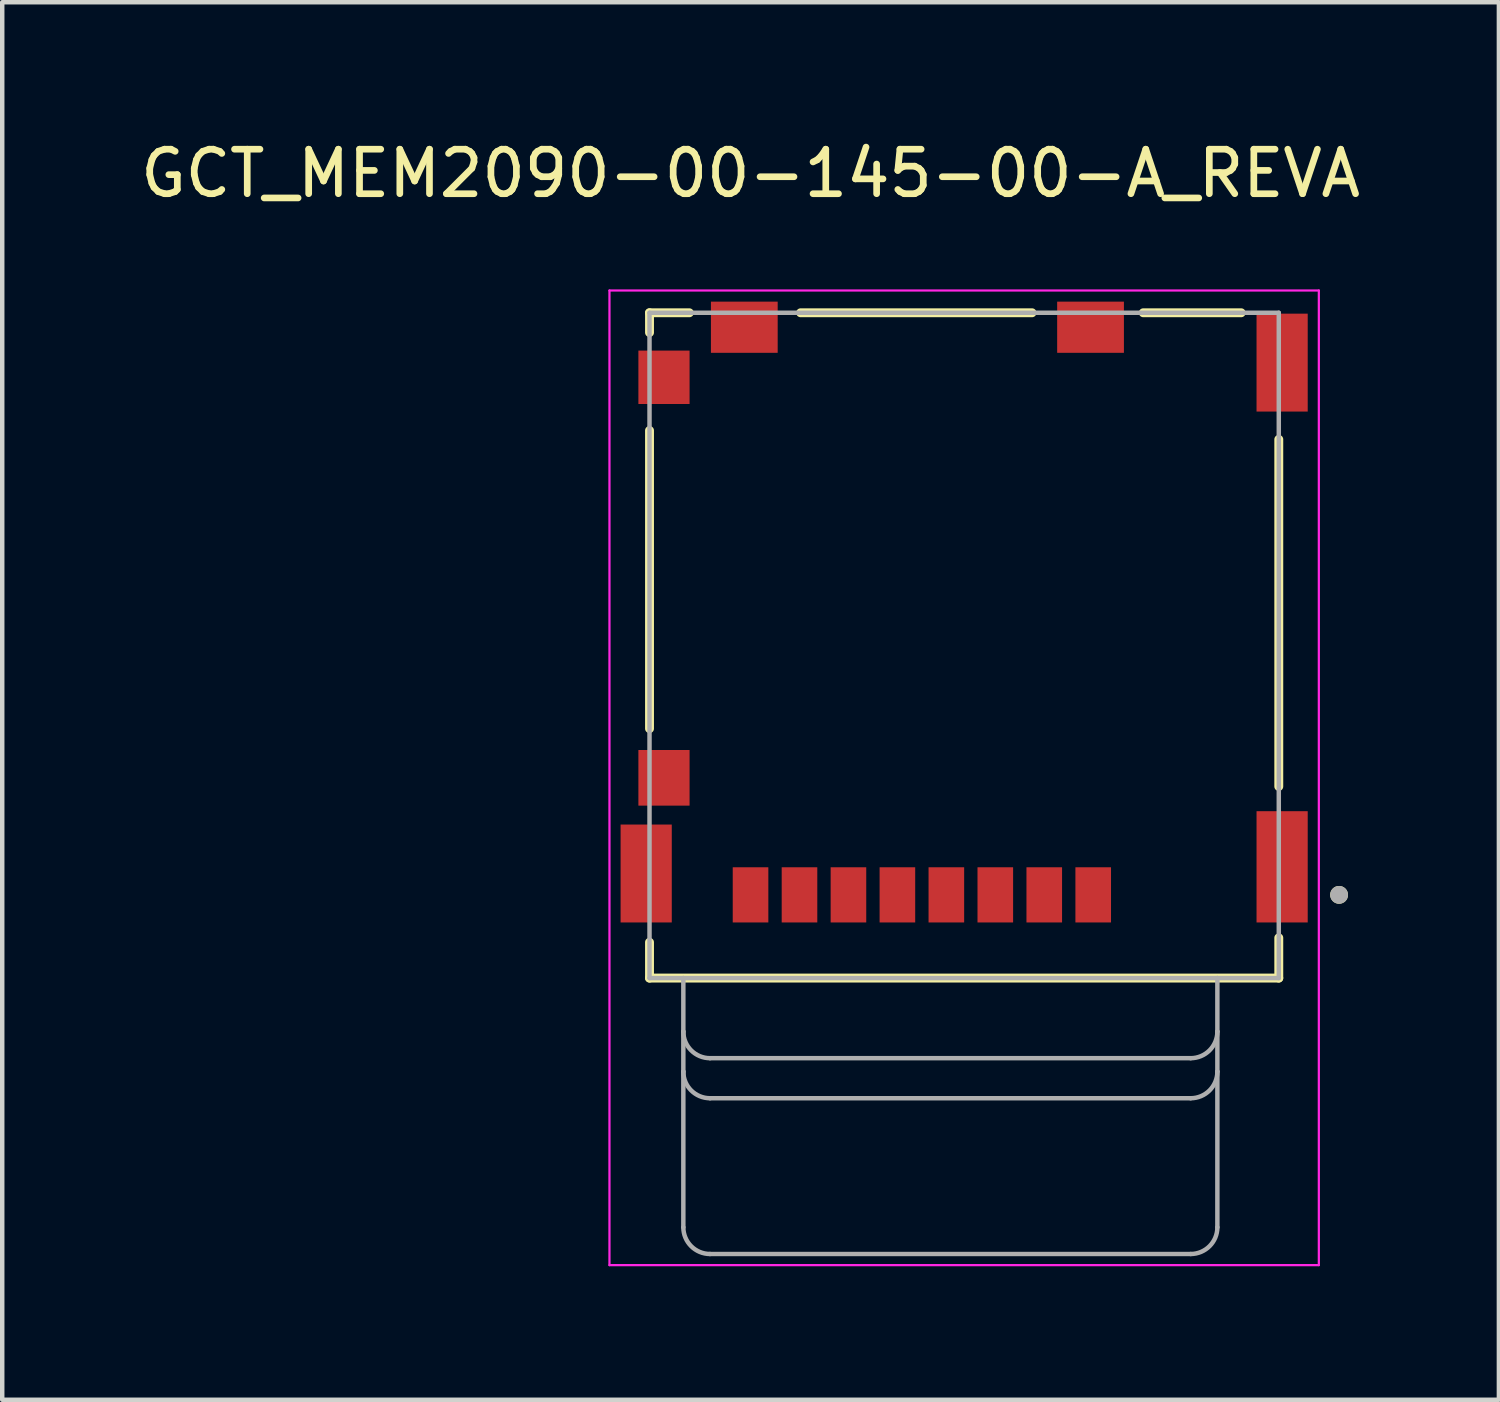
<source format=kicad_pcb>
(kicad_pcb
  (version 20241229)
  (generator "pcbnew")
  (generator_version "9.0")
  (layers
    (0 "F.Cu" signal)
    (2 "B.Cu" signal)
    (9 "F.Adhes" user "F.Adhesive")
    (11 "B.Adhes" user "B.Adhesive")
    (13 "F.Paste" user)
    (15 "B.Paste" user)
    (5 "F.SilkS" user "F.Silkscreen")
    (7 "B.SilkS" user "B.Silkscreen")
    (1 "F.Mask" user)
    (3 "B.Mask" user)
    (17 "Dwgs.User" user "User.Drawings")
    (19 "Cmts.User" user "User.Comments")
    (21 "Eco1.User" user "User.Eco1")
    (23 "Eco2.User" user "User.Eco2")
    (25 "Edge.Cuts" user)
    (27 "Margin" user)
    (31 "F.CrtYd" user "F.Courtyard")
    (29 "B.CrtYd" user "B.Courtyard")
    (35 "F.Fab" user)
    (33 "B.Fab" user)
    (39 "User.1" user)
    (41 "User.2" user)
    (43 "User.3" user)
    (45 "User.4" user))
  (footprint "GCT_MEM2090-00-145-00-A_REVA"
    (layer "F.Cu")
    (at 18.615 18.928)
    (property "Reference" "GCT_MEM2090-00-145-00-A_REVA" (at -4.8 -18.08 0) (layer "F.SilkS") (effects (font (size 1 1) (thickness 0.15))))
    (attr smd)
    (fp_line (start -7.07 -14.95) (end -6.175 -14.95) (stroke (width 0.2) (type solid)) (layer "F.SilkS"))
    (fp_line (start -7.07 -14.505) (end -7.07 -14.95) (stroke (width 0.2) (type solid)) (layer "F.SilkS"))
    (fp_line (start -7.07 -12.305) (end -7.07 -5.605) (stroke (width 0.2) (type solid)) (layer "F.SilkS"))
    (fp_line (start -7.07 0) (end -7.07 -0.805) (stroke (width 0.2) (type solid)) (layer "F.SilkS"))
    (fp_line (start -3.675 -14.95) (end 1.525 -14.95) (stroke (width 0.2) (type solid)) (layer "F.SilkS"))
    (fp_line (start 4.025 -14.95) (end 6.225 -14.95) (stroke (width 0.2) (type solid)) (layer "F.SilkS"))
    (fp_line (start 7.07 -12.105) (end 7.07 -4.305) (stroke (width 0.2) (type solid)) (layer "F.SilkS"))
    (fp_line (start 7.07 -0.905) (end 7.07 0) (stroke (width 0.2) (type solid)) (layer "F.SilkS"))
    (fp_line (start 7.07 0) (end -7.07 0) (stroke (width 0.2) (type solid)) (layer "F.SilkS"))
    (fp_circle (center 8.425 -1.87) (end 8.525 -1.87) (stroke (width 0.2) (type solid)) (fill no) (layer "F.SilkS"))
    (fp_line (start -7.97 -15.45) (end -7.97 6.45) (stroke (width 0.05) (type solid)) (layer "F.CrtYd"))
    (fp_line (start -7.97 6.45) (end 7.97 6.45) (stroke (width 0.05) (type solid)) (layer "F.CrtYd"))
    (fp_line (start 7.97 -15.45) (end -7.97 -15.45) (stroke (width 0.05) (type solid)) (layer "F.CrtYd"))
    (fp_line (start 7.97 6.45) (end 7.97 -15.45) (stroke (width 0.05) (type solid)) (layer "F.CrtYd"))
    (fp_line (start -7.07 -14.95) (end -7.07 0) (stroke (width 0.1) (type solid)) (layer "F.Fab"))
    (fp_line (start -7.07 0) (end -6.31 0) (stroke (width 0.1) (type solid)) (layer "F.Fab"))
    (fp_line (start -6.31 0) (end -6.31 1.2) (stroke (width 0.1) (type solid)) (layer "F.Fab"))
    (fp_line (start -6.31 0) (end 5.69 0) (stroke (width 0.1) (type solid)) (layer "F.Fab"))
    (fp_line (start -6.31 1.2) (end -6.31 2.1) (stroke (width 0.1) (type solid)) (layer "F.Fab"))
    (fp_line (start -6.31 2.1) (end -6.31 5.6) (stroke (width 0.1) (type solid)) (layer "F.Fab"))
    (fp_line (start -5.71 1.8) (end 5.09 1.8) (stroke (width 0.1) (type solid)) (layer "F.Fab"))
    (fp_line (start -5.71 2.7) (end 5.09 2.7) (stroke (width 0.1) (type solid)) (layer "F.Fab"))
    (fp_line (start -5.71 6.2) (end 5.09 6.2) (stroke (width 0.1) (type solid)) (layer "F.Fab"))
    (fp_line (start 5.69 0) (end 7.07 0) (stroke (width 0.1) (type solid)) (layer "F.Fab"))
    (fp_line (start 5.69 1.2) (end 5.69 0) (stroke (width 0.1) (type solid)) (layer "F.Fab"))
    (fp_line (start 5.69 2.1) (end 5.69 1.2) (stroke (width 0.1) (type solid)) (layer "F.Fab"))
    (fp_line (start 5.69 5.6) (end 5.69 2.1) (stroke (width 0.1) (type solid)) (layer "F.Fab"))
    (fp_line (start 7.07 -14.95) (end -7.07 -14.95) (stroke (width 0.1) (type solid)) (layer "F.Fab"))
    (fp_line (start 7.07 0) (end 7.07 -14.95) (stroke (width 0.1) (type solid)) (layer "F.Fab"))
    (fp_arc (start -5.71 1.8) (mid -6.134264 1.624264) (end -6.31 1.2) (stroke (width 0.1) (type solid)) (layer "F.Fab"))
    (fp_arc (start -5.71 2.7) (mid -6.134264 2.524264) (end -6.31 2.1) (stroke (width 0.1) (type solid)) (layer "F.Fab"))
    (fp_arc (start -5.71 6.2) (mid -6.134264 6.024264) (end -6.31 5.6) (stroke (width 0.1) (type solid)) (layer "F.Fab"))
    (fp_arc (start 5.69 1.2) (mid 5.514264 1.624264) (end 5.09 1.8) (stroke (width 0.1) (type solid)) (layer "F.Fab"))
    (fp_arc (start 5.69 2.1) (mid 5.514264 2.524264) (end 5.09 2.7) (stroke (width 0.1) (type solid)) (layer "F.Fab"))
    (fp_arc (start 5.69 5.6) (mid 5.514264 6.024264) (end 5.09 6.2) (stroke (width 0.1) (type solid)) (layer "F.Fab"))
    (fp_circle (center 8.425 -1.87) (end 8.525 -1.87) (stroke (width 0.2) (type solid)) (fill no) (layer "F.Fab"))
    (pad "G1" smd rect (at -7.145 -2.35) (size 1.15 2.2) (layers "F.Cu" "F.Mask" "F.Paste"))
    (pad "G2" smd rect (at -6.745 -13.5) (size 1.15 1.2) (layers "F.Cu" "F.Mask" "F.Paste"))
    (pad "G3" smd rect (at -4.94 -14.625) (size 1.5 1.15) (layers "F.Cu" "F.Mask" "F.Paste"))
    (pad "G4" smd rect (at 2.84 -14.625) (size 1.5 1.15) (layers "F.Cu" "F.Mask" "F.Paste"))
    (pad "G5" smd rect (at 7.145 -13.83) (size 1.15 2.2) (layers "F.Cu" "F.Mask" "F.Paste"))
    (pad "G6" smd rect (at 7.145 -2.5) (size 1.15 2.5) (layers "F.Cu" "F.Mask" "F.Paste"))
    (pad "P1" smd rect (at 2.9 -1.87) (size 0.8 1.24) (layers "F.Cu" "F.Mask" "F.Paste"))
    (pad "P2" smd rect (at 1.8 -1.87) (size 0.8 1.24) (layers "F.Cu" "F.Mask" "F.Paste"))
    (pad "P3" smd rect (at 0.7 -1.87) (size 0.8 1.24) (layers "F.Cu" "F.Mask" "F.Paste"))
    (pad "P4" smd rect (at -0.4 -1.87) (size 0.8 1.24) (layers "F.Cu" "F.Mask" "F.Paste"))
    (pad "P5" smd rect (at -1.5 -1.87) (size 0.8 1.24) (layers "F.Cu" "F.Mask" "F.Paste"))
    (pad "P6" smd rect (at -2.6 -1.87) (size 0.8 1.24) (layers "F.Cu" "F.Mask" "F.Paste"))
    (pad "P7" smd rect (at -3.7 -1.87) (size 0.8 1.24) (layers "F.Cu" "F.Mask" "F.Paste"))
    (pad "P8" smd rect (at -4.8 -1.87) (size 0.8 1.24) (layers "F.Cu" "F.Mask" "F.Paste"))
    (pad "SW" smd rect (at -6.745 -4.5) (size 1.15 1.25) (layers "F.Cu" "F.Mask" "F.Paste"))
    (zone (net_name "") (layer "F.Cu") (hatch full 0.508) (connect_pads) (min_thickness 0.01) (filled_areas_thickness no) (keepout (tracks not_allowed) (vias not_allowed) (pads not_allowed) (copperpour not_allowed) (footprints allowed)) (placement (enabled no)) (fill) (polygon (pts (xy 11.145 6.528) (xy 11.545 6.528) (xy 11.545 8.928) (xy 11.145 8.928))))
    (zone (net_name "") (layer "F.Cu") (hatch full 0.508) (connect_pads) (min_thickness 0.01) (filled_areas_thickness no) (keepout (tracks not_allowed) (vias not_allowed) (pads not_allowed) (copperpour not_allowed) (footprints allowed)) (placement (enabled no)) (fill) (polygon (pts (xy 13.065 8.028) (xy 22.265 8.028) (xy 22.265 16.188) (xy 13.065 16.188))))
    (zone (net_name "") (layers "F.Cu" "B.Cu") (hatch full 0.508) (connect_pads) (min_thickness 0.01) (filled_areas_thickness no) (keepout (tracks allowed) (vias not_allowed) (pads allowed) (copperpour allowed) (footprints allowed)) (placement (enabled no)) (fill) (polygon (pts (xy 11.145 6.528) (xy 11.545 6.528) (xy 11.545 8.928) (xy 11.145 8.928))))
    (zone (net_name "") (layers "F.Cu" "B.Cu") (hatch full 0.508) (connect_pads) (min_thickness 0.01) (filled_areas_thickness no) (keepout (tracks allowed) (vias not_allowed) (pads allowed) (copperpour allowed) (footprints allowed)) (placement (enabled no)) (fill) (polygon (pts (xy 13.065 8.028) (xy 22.265 8.028) (xy 22.265 16.188) (xy 13.065 16.188)))))
  (gr_rect
    (start -3 -3)
    (end 30.631 28.403)
    (stroke (width 0.1) (type default))
    (fill no)
    (layer "Edge.Cuts")))
</source>
